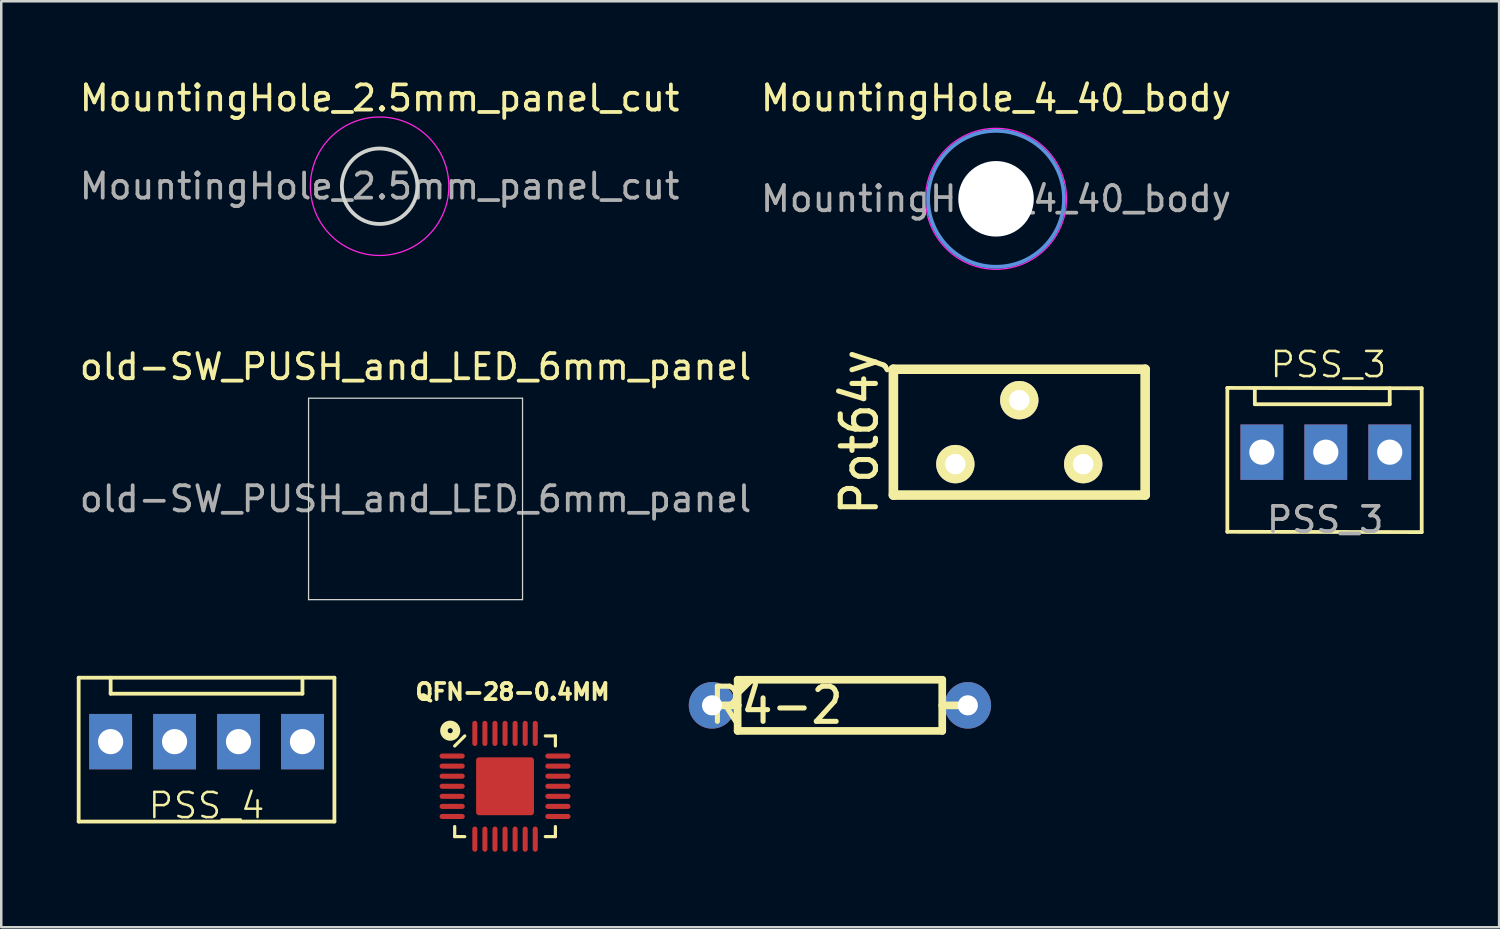
<source format=kicad_pcb>
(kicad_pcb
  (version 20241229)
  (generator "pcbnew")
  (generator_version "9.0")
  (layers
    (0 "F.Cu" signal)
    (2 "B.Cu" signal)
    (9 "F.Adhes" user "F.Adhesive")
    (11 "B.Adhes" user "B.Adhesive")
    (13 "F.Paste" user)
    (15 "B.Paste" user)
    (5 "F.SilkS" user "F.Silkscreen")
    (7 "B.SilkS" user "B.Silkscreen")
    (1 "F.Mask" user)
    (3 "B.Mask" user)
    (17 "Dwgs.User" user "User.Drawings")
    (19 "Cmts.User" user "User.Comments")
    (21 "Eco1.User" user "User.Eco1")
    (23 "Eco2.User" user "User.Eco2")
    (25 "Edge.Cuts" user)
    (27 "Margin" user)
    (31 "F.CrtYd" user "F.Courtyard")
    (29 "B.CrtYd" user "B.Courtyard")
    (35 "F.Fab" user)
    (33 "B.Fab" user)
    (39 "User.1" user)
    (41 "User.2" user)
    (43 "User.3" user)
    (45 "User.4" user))
  (footprint "R4-2"
    (layer "F.Cu")
    (at 30.317 24.97)
    (property "Reference" "R4-2" (at -2.54 0 0) (layer "F.SilkS") (effects (font (size 1.397 1.27) (thickness 0.203))))
    (attr through_hole)
    (fp_line (start -5.08 0) (end -4.064 0) (stroke (width 0.305) (type solid)) (layer "F.SilkS"))
    (fp_line (start -4.064 -1.016) (end 4.064 -1.016) (stroke (width 0.305) (type solid)) (layer "F.SilkS"))
    (fp_line (start -4.064 -0.508) (end -3.556 -1.016) (stroke (width 0.305) (type solid)) (layer "F.SilkS"))
    (fp_line (start -4.064 0) (end -4.064 -1.016) (stroke (width 0.305) (type solid)) (layer "F.SilkS"))
    (fp_line (start -4.064 1.016) (end -4.064 0) (stroke (width 0.305) (type solid)) (layer "F.SilkS"))
    (fp_line (start 4.064 -1.016) (end 4.064 1.016) (stroke (width 0.305) (type solid)) (layer "F.SilkS"))
    (fp_line (start 4.064 1.016) (end -4.064 1.016) (stroke (width 0.305) (type solid)) (layer "F.SilkS"))
    (fp_line (start 5.08 0) (end 4.064 0) (stroke (width 0.305) (type solid)) (layer "F.SilkS"))
    (pad "1" thru_hole circle (at -5.08 0) (size 1.85 1.85) (drill 0.8) (layers "*.Cu" "*.Mask"))
    (pad "2" thru_hole circle (at 5.08 0) (size 1.85 1.85) (drill 0.8) (layers "*.Cu" "*.Mask")))
  (footprint "Pot64y"
    (layer "F.Cu")
    (at 37.441 14.117)
    (property "Reference" "Pot64y" (at -6.35 0 90) (layer "F.SilkS") (effects (font (size 1.397 1.27) (thickness 0.203))))
    (attr through_hole)
    (fp_line (start -5.001 -2.499) (end 5.001 -2.499) (stroke (width 0.381) (type solid)) (layer "F.SilkS"))
    (fp_line (start -5.001 2.499) (end -5.001 -2.499) (stroke (width 0.381) (type solid)) (layer "F.SilkS"))
    (fp_line (start 5.001 -2.499) (end 5.001 2.499) (stroke (width 0.381) (type solid)) (layer "F.SilkS"))
    (fp_line (start 5.001 2.499) (end -5.001 2.499) (stroke (width 0.381) (type solid)) (layer "F.SilkS"))
    (pad "1" thru_hole circle (at -2.54 1.27) (size 1.524 1.524) (drill 0.813) (layers "*.Cu" "*.Mask" "F.SilkS"))
    (pad "2" thru_hole circle (at 0 -1.27) (size 1.524 1.524) (drill 0.813) (layers "*.Cu" "*.Mask" "F.SilkS"))
    (pad "3" thru_hole circle (at 2.54 1.27) (size 1.524 1.524) (drill 0.813) (layers "*.Cu" "*.Mask" "F.SilkS")))
  (footprint "MountingHole_4_40_body"
    (layer "F.Cu")
    (at 36.518 4.848)
    (property "Reference" "MountingHole_4_40_body" (at 0 -4 0) (layer "F.SilkS") (effects (font (size 1 1) (thickness 0.15))))
    (attr exclude_from_pos_files exclude_from_bom)
    (fp_circle (center 0 0) (end 2.7 0) (stroke (width 0.15) (type solid)) (fill no) (layer "Cmts.User"))
    (fp_circle (center 0 0) (end 2.8 0) (stroke (width 0.05) (type solid)) (fill no) (layer "F.CrtYd"))
    (fp_text user "${REFERENCE}" (at 0 0 0) (layer "F.Fab") (effects (font (size 1 1) (thickness 0.15))))
    (pad "" np_thru_hole circle (at 0 0) (size 3 3) (drill 3) (layers "*.Cu" "*.Mask")))
  (footprint "PSS_3"
    (layer "F.Cu")
    (at 49.593 15.091)
    (property "Reference" "PSS_3" (at 0.127 -3.658 0) (unlocked yes) (layer "F.SilkS") (effects (font (size 1 1) (thickness 0.1))))
    (attr through_hole)
    (fp_line (start -3.886 -2.731) (end -3.886 2.985) (stroke (width 0.15) (type solid)) (layer "F.SilkS"))
    (fp_line (start -3.886 2.985) (end 3.835 2.997) (stroke (width 0.15) (type solid)) (layer "F.SilkS"))
    (fp_line (start -2.794 -2.718) (end -2.794 -2.083) (stroke (width 0.15) (type solid)) (layer "F.SilkS"))
    (fp_line (start -2.794 -2.083) (end 2.565 -2.083) (stroke (width 0.15) (type solid)) (layer "F.SilkS"))
    (fp_line (start 2.565 -2.083) (end 2.565 -2.718) (stroke (width 0.15) (type solid)) (layer "F.SilkS"))
    (fp_line (start 3.835 -2.718) (end -3.886 -2.731) (stroke (width 0.15) (type solid)) (layer "F.SilkS"))
    (fp_line (start 3.835 2.997) (end 3.835 -2.718) (stroke (width 0.15) (type solid)) (layer "F.SilkS"))
    (fp_text user "${REFERENCE}" (at 0 2.5 0) (unlocked yes) (layer "F.Fab") (effects (font (size 1 1) (thickness 0.15))))
    (pad "1" thru_hole rect (at 2.565 -0.178) (size 1.7 2.2) (drill 1.001) (layers "*.Cu" "*.Mask"))
    (pad "2" thru_hole rect (at 0.025 -0.178) (size 1.7 2.2) (drill 1.001) (layers "*.Cu" "*.Mask"))
    (pad "3" thru_hole rect (at -2.515 -0.178) (size 1.7 2.2) (drill 1.001) (layers "*.Cu" "*.Mask")))
  (footprint "old-SW_PUSH_and_LED_6mm_panel"
    (layer "F.Cu")
    (at 10.208 14.521)
    (property "Reference" "old-SW_PUSH_and_LED_6mm_panel" (at 3.25 -3 0) (layer "F.SilkS") (effects (font (size 1 1) (thickness 0.15))))
    (attr through_hole)
    (fp_line (start -1 -1.75) (end 7.5 -1.75) (stroke (width 0.05) (type default)) (layer "Edge.Cuts"))
    (fp_line (start -1 6.25) (end -1 -1.75) (stroke (width 0.05) (type default)) (layer "Edge.Cuts"))
    (fp_line (start 7.5 -1.75) (end 7.5 6.25) (stroke (width 0.05) (type default)) (layer "Edge.Cuts"))
    (fp_line (start 7.5 6.25) (end -1 6.25) (stroke (width 0.05) (type default)) (layer "Edge.Cuts"))
    (fp_text user "${REFERENCE}" (at 3.25 2.25 0) (layer "F.Fab") (effects (font (size 1 1) (thickness 0.15)))))
  (footprint "PSS_4"
    (layer "F.Cu")
    (at 5.155 26.412)
    (property "Reference" "PSS_4" (at 0 2.54 0) (layer "F.SilkS") (effects (font (size 1.001 1.001) (thickness 0.099))))
    (attr through_hole)
    (fp_line (start -5.08 -2.54) (end -5.08 3.175) (stroke (width 0.15) (type solid)) (layer "F.SilkS"))
    (fp_line (start -5.08 3.175) (end 5.08 3.175) (stroke (width 0.15) (type solid)) (layer "F.SilkS"))
    (fp_line (start -3.81 -2.54) (end -3.81 -1.905) (stroke (width 0.15) (type solid)) (layer "F.SilkS"))
    (fp_line (start -3.81 -1.905) (end 3.81 -1.905) (stroke (width 0.15) (type solid)) (layer "F.SilkS"))
    (fp_line (start 3.81 -1.905) (end 3.81 -2.54) (stroke (width 0.15) (type solid)) (layer "F.SilkS"))
    (fp_line (start 5.08 -2.54) (end -5.08 -2.54) (stroke (width 0.15) (type solid)) (layer "F.SilkS"))
    (fp_line (start 5.08 3.175) (end 5.08 -2.54) (stroke (width 0.15) (type solid)) (layer "F.SilkS"))
    (pad "1" thru_hole rect (at 3.81 0) (size 1.7 2.2) (drill 1.001) (layers "*.Cu" "*.Mask"))
    (pad "2" thru_hole rect (at 1.27 0) (size 1.7 2.2) (drill 1.001) (layers "*.Cu" "*.Mask"))
    (pad "3" thru_hole rect (at -1.27 0) (size 1.7 2.2) (drill 1.001) (layers "*.Cu" "*.Mask"))
    (pad "4" thru_hole rect (at -3.81 0) (size 1.7 2.2) (drill 1.001) (layers "*.Cu" "*.Mask")))
  (footprint "QFN-28-0.4MM"
    (layer "F.Cu")
    (at 17.013 28.185)
    (property "Reference" "QFN-28-0.4MM" (at 0.298 -3.751 0) (layer "F.SilkS") (effects (font (size 0.64 0.64) (thickness 0.15))))
    (attr smd)
    (fp_line (start -2 2) (end -2 1.6) (stroke (width 0.127) (type solid)) (layer "F.SilkS"))
    (fp_line (start -2 2) (end -1.6 2) (stroke (width 0.127) (type solid)) (layer "F.SilkS"))
    (fp_line (start -1.6 -2) (end -2 -1.6) (stroke (width 0.127) (type solid)) (layer "F.SilkS"))
    (fp_line (start 2 -2) (end 1.6 -2) (stroke (width 0.127) (type solid)) (layer "F.SilkS"))
    (fp_line (start 2 -1.6) (end 2 -2) (stroke (width 0.127) (type solid)) (layer "F.SilkS"))
    (fp_line (start 2 2) (end 1.6 2) (stroke (width 0.127) (type solid)) (layer "F.SilkS"))
    (fp_line (start 2 2) (end 2 1.6) (stroke (width 0.127) (type solid)) (layer "F.SilkS"))
    (fp_circle (center -2.178 -2.208) (end -2.078 -2.208) (stroke (width 0.3) (type solid)) (fill no) (layer "F.SilkS"))
    (fp_poly (pts (xy -0.9 -0.9) (xy -0.4 -0.9) (xy -0.4 -0.4) (xy -0.9 -0.4)) (stroke (width 0.4) (type solid)) (fill yes) (layer "F.Paste"))
    (fp_poly (pts (xy -0.9 0.4) (xy -0.4 0.4) (xy -0.4 0.9) (xy -0.9 0.9)) (stroke (width 0.4) (type solid)) (fill yes) (layer "F.Paste"))
    (fp_poly (pts (xy 0.4 -0.9) (xy 0.9 -0.9) (xy 0.9 -0.4) (xy 0.4 -0.4)) (stroke (width 0.4) (type solid)) (fill yes) (layer "F.Paste"))
    (fp_poly (pts (xy 0.4 0.4) (xy 0.9 0.4) (xy 0.9 0.9) (xy 0.4 0.9)) (stroke (width 0.4) (type solid)) (fill yes) (layer "F.Paste"))
    (pad "1" smd oval (at -2.1 -1.2) (size 1 0.2) (layers "F.Cu" "F.Mask" "F.Paste"))
    (pad "2" smd oval (at -2.1 -0.8) (size 1 0.2) (layers "F.Cu" "F.Mask" "F.Paste"))
    (pad "3" smd oval (at -2.1 -0.4) (size 1 0.2) (layers "F.Cu" "F.Mask" "F.Paste"))
    (pad "4" smd oval (at -2.1 0) (size 1 0.2) (layers "F.Cu" "F.Mask" "F.Paste"))
    (pad "5" smd oval (at -2.1 0.4) (size 1 0.2) (layers "F.Cu" "F.Mask" "F.Paste"))
    (pad "6" smd oval (at -2.1 0.8) (size 1 0.2) (layers "F.Cu" "F.Mask" "F.Paste"))
    (pad "7" smd oval (at -2.1 1.2) (size 1 0.2) (layers "F.Cu" "F.Mask" "F.Paste"))
    (pad "8" smd oval (at -1.2 2.1 90) (size 1 0.2) (layers "F.Cu" "F.Mask" "F.Paste"))
    (pad "9" smd oval (at -0.8 2.1 90) (size 1 0.2) (layers "F.Cu" "F.Mask" "F.Paste"))
    (pad "10" smd oval (at -0.4 2.1 90) (size 1 0.2) (layers "F.Cu" "F.Mask" "F.Paste"))
    (pad "11" smd oval (at 0 2.1 90) (size 1 0.2) (layers "F.Cu" "F.Mask" "F.Paste"))
    (pad "12" smd oval (at 0.4 2.1 90) (size 1 0.2) (layers "F.Cu" "F.Mask" "F.Paste"))
    (pad "13" smd oval (at 0.8 2.1 90) (size 1 0.2) (layers "F.Cu" "F.Mask" "F.Paste"))
    (pad "14" smd oval (at 1.2 2.1 90) (size 1 0.2) (layers "F.Cu" "F.Mask" "F.Paste"))
    (pad "15" smd oval (at 2.1 1.2 180) (size 1 0.2) (layers "F.Cu" "F.Mask" "F.Paste"))
    (pad "16" smd oval (at 2.1 0.8 180) (size 1 0.2) (layers "F.Cu" "F.Mask" "F.Paste"))
    (pad "17" smd oval (at 2.1 0.4 180) (size 1 0.2) (layers "F.Cu" "F.Mask" "F.Paste"))
    (pad "18" smd oval (at 2.1 0 180) (size 1 0.2) (layers "F.Cu" "F.Mask" "F.Paste"))
    (pad "19" smd oval (at 2.1 -0.4 180) (size 1 0.2) (layers "F.Cu" "F.Mask" "F.Paste"))
    (pad "20" smd oval (at 2.1 -0.8 180) (size 1 0.2) (layers "F.Cu" "F.Mask" "F.Paste"))
    (pad "21" smd oval (at 2.1 -1.2 180) (size 1 0.2) (layers "F.Cu" "F.Mask" "F.Paste"))
    (pad "22" smd oval (at 1.2 -2.1 270) (size 1 0.2) (layers "F.Cu" "F.Mask" "F.Paste"))
    (pad "23" smd oval (at 0.8 -2.1 270) (size 1 0.2) (layers "F.Cu" "F.Mask" "F.Paste"))
    (pad "24" smd oval (at 0.4 -2.1 270) (size 1 0.2) (layers "F.Cu" "F.Mask" "F.Paste"))
    (pad "25" smd oval (at 0 -2.1 270) (size 1 0.2) (layers "F.Cu" "F.Mask" "F.Paste"))
    (pad "26" smd oval (at -0.4 -2.1 270) (size 1 0.2) (layers "F.Cu" "F.Mask" "F.Paste"))
    (pad "27" smd oval (at -0.8 -2.1 270) (size 1 0.2) (layers "F.Cu" "F.Mask" "F.Paste"))
    (pad "28" smd oval (at -1.2 -2.1 270) (size 1 0.2) (layers "F.Cu" "F.Mask" "F.Paste"))
    (pad "PAD" smd roundrect (at 0 0) (size 2.3 2.3) (layers "F.Cu" "F.Mask") (roundrect_rratio 0.05)))
  (footprint "MountingHole_2.5mm_panel_cut"
    (layer "F.Cu")
    (at 12.03 4.348)
    (property "Reference" "MountingHole_2.5mm_panel_cut" (at 0 -3.5 0) (layer "F.SilkS") (effects (font (size 1 1) (thickness 0.15))))
    (attr exclude_from_pos_files exclude_from_bom)
    (fp_circle (center 0 0) (end 1.5 0) (stroke (width 0.15) (type solid)) (fill no) (layer "Edge.Cuts"))
    (fp_circle (center 0 0) (end 2.75 0) (stroke (width 0.05) (type solid)) (fill no) (layer "F.CrtYd"))
    (fp_text user "${REFERENCE}" (at 0 0 0) (layer "F.Fab") (effects (font (size 1 1) (thickness 0.15)))))
  (gr_rect
    (start -3 -3)
    (end 56.504 33.785)
    (stroke (width 0.1) (type default))
    (fill no)
    (layer "Edge.Cuts")))
</source>
